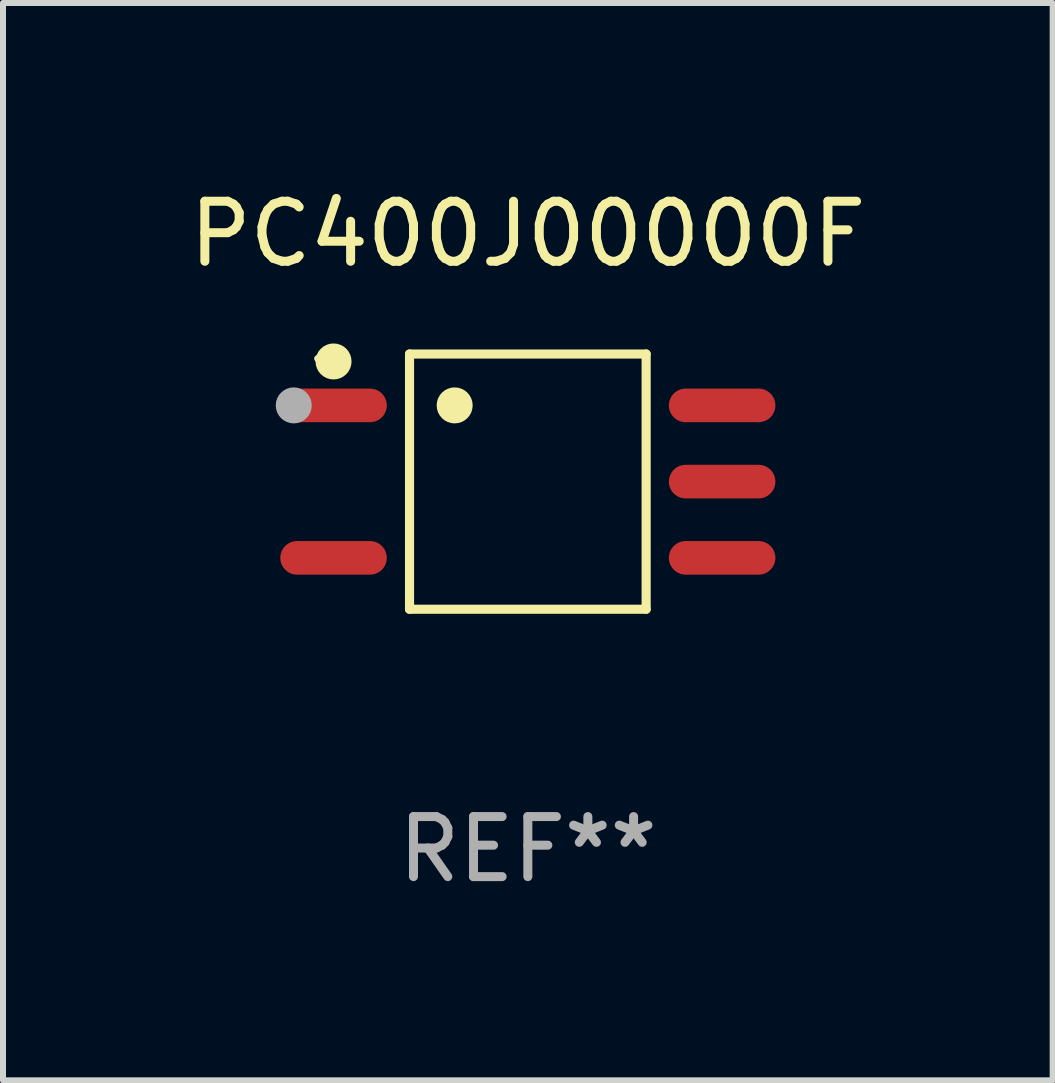
<source format=kicad_pcb>
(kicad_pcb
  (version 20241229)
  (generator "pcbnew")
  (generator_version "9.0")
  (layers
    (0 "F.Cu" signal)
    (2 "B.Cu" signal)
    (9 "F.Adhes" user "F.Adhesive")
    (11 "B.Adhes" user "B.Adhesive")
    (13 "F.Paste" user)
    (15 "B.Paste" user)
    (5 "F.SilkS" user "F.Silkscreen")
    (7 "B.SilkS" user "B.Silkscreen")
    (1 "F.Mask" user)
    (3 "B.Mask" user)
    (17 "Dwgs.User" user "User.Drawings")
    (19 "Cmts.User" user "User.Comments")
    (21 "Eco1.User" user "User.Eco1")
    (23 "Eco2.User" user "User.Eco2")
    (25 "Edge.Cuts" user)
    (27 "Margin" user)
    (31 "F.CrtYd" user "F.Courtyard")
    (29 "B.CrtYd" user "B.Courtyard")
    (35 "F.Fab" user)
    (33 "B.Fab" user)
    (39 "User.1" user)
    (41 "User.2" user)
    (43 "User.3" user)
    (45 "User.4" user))
  (footprint "PC400J00000F"
    (layer "F.Cu")
    (at 5.744 4.974)
    (property "Reference" "PC400J00000F" (at 0 -4.126 0) (layer "F.SilkS") (effects (font (size 1 1) (thickness 0.15))))
    (attr through_hole)
    (fp_line (start -1.971 -2.126) (end 1.971 -2.126) (stroke (width 0.152) (type solid)) (layer "F.SilkS"))
    (fp_line (start -1.971 2.126) (end -1.971 -2.126) (stroke (width 0.152) (type solid)) (layer "F.SilkS"))
    (fp_line (start 1.971 -2.126) (end 1.971 2.126) (stroke (width 0.152) (type solid)) (layer "F.SilkS"))
    (fp_line (start 1.971 2.126) (end -1.971 2.126) (stroke (width 0.152) (type solid)) (layer "F.SilkS"))
    (fp_circle (center -3.5 -2.05) (end -3.47 -2.05) (stroke (width 0.06) (type solid)) (fill no) (layer "F.SilkS"))
    (fp_circle (center -3.237 -2.002) (end -3.087 -2.002) (stroke (width 0.3) (type solid)) (fill no) (layer "F.SilkS"))
    (fp_circle (center -1.219 -1.27) (end -1.069 -1.27) (stroke (width 0.3) (type solid)) (fill no) (layer "F.SilkS"))
    (fp_circle (center -3.9 -1.27) (end -3.75 -1.27) (stroke (width 0.3) (type solid)) (fill no) (layer "F.Fab"))
    (fp_text user "REF**" (at 0 6.126 0) (layer "F.Fab") (effects (font (size 1 1) (thickness 0.15))))
    (pad "1" smd oval (at -3.237 -1.27 270) (size 0.56 1.775) (layers "F.Cu" "F.Mask" "F.Paste"))
    (pad "3" smd oval (at -3.237 1.27 270) (size 0.56 1.775) (layers "F.Cu" "F.Mask" "F.Paste"))
    (pad "4" smd oval (at 3.237 1.27 270) (size 0.56 1.775) (layers "F.Cu" "F.Mask" "F.Paste"))
    (pad "5" smd oval (at 3.237 0 270) (size 0.56 1.775) (layers "F.Cu" "F.Mask" "F.Paste"))
    (pad "6" smd oval (at 3.237 -1.27 270) (size 0.56 1.775) (layers "F.Cu" "F.Mask" "F.Paste")))
  (gr_rect
    (start -3 -3)
    (end 14.488 14.949)
    (stroke (width 0.1) (type default))
    (fill no)
    (layer "Edge.Cuts")))
</source>
